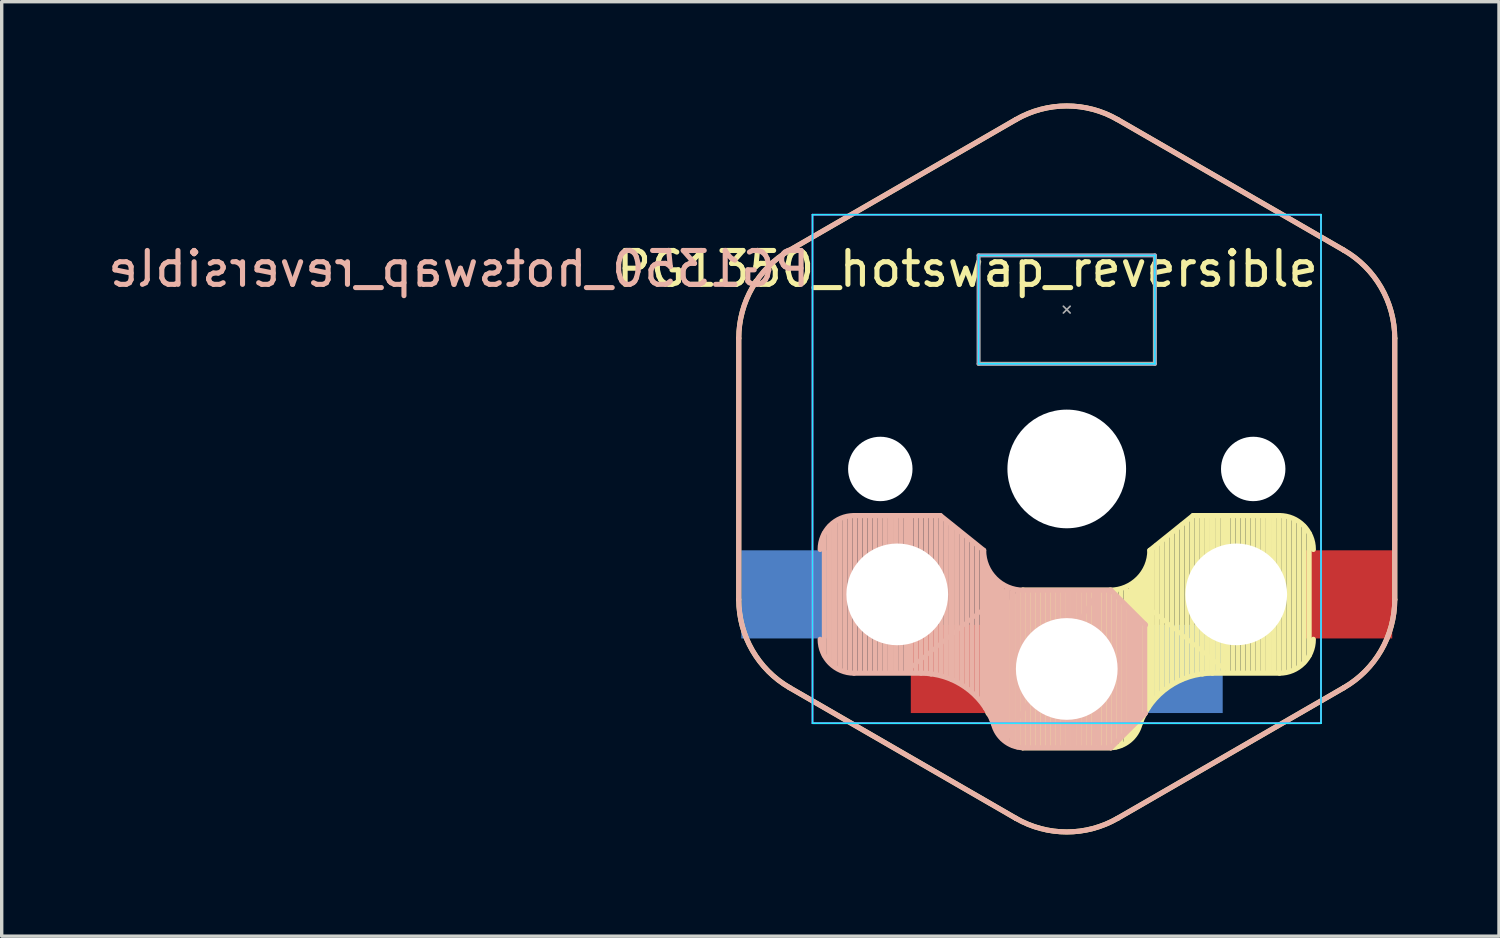
<source format=kicad_pcb>
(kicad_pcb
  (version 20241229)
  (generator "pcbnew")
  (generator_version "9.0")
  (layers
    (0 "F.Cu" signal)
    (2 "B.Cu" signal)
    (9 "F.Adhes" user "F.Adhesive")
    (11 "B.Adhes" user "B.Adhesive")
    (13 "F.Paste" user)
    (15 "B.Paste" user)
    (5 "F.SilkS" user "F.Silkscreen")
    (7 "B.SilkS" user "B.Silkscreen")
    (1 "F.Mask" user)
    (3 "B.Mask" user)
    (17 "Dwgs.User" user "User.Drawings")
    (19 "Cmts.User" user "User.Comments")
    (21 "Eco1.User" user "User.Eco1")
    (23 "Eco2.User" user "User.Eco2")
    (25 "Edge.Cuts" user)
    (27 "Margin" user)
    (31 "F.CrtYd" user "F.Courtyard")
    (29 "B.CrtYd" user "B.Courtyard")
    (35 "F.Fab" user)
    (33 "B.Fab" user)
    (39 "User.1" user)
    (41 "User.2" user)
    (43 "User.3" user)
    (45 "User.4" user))
  (footprint "PG1350_hotswap_reversible"
    (layer "F.Cu")
    (at 28.417 10.783)
    (property "Reference" "PG1350_hotswap_reversible" (at 7.5 -5.9 0) (unlocked yes) (layer "F.SilkS") (effects (font (size 1 1) (thickness 0.15)) (justify right)))
    (attr smd)
    (fp_line (start -9.675 -3.854) (end -9.675 3.854) (stroke (width 0.15) (type solid)) (layer "F.SilkS"))
    (fp_line (start -8.175 6.452) (end -1.5 10.306) (stroke (width 0.15) (type solid)) (layer "F.SilkS"))
    (fp_line (start -2.3 4.575) (end -2.3 7.225) (stroke (width 0.15) (type solid)) (layer "F.SilkS"))
    (fp_line (start -2.15 7.35) (end -2.15 4.45) (stroke (width 0.15) (type solid)) (layer "F.SilkS"))
    (fp_line (start -2.05 7.45) (end -2.05 4.35) (stroke (width 0.15) (type solid)) (layer "F.SilkS"))
    (fp_line (start -1.95 7.55) (end -1.95 4.25) (stroke (width 0.15) (type solid)) (layer "F.SilkS"))
    (fp_line (start -1.85 7.65) (end -1.85 4.15) (stroke (width 0.15) (type solid)) (layer "F.SilkS"))
    (fp_line (start -1.7 7.8) (end -1.7 4) (stroke (width 0.15) (type solid)) (layer "F.SilkS"))
    (fp_line (start -1.55 7.95) (end -1.55 3.85) (stroke (width 0.15) (type solid)) (layer "F.SilkS"))
    (fp_line (start -1.5 -10.306) (end -8.175 -6.452) (stroke (width 0.15) (type solid)) (layer "F.SilkS"))
    (fp_line (start -1.4 8.1) (end -1.4 3.7) (stroke (width 0.15) (type solid)) (layer "F.SilkS"))
    (fp_line (start -1.3 3.575) (end -2.325 4.6) (stroke (width 0.15) (type solid)) (layer "F.SilkS"))
    (fp_line (start -1.3 3.575) (end 1.275 3.575) (stroke (width 0.15) (type solid)) (layer "F.SilkS"))
    (fp_line (start -1.3 8.225) (end -2.325 7.2) (stroke (width 0.15) (type solid)) (layer "F.SilkS"))
    (fp_line (start -1.3 8.225) (end 1.3 8.225) (stroke (width 0.15) (type solid)) (layer "F.SilkS"))
    (fp_line (start -1.25 8.2) (end -1.25 3.6) (stroke (width 0.15) (type solid)) (layer "F.SilkS"))
    (fp_line (start -1.1 8.2) (end -1.1 3.6) (stroke (width 0.15) (type solid)) (layer "F.SilkS"))
    (fp_line (start -0.95 8.2) (end -0.95 3.6) (stroke (width 0.15) (type solid)) (layer "F.SilkS"))
    (fp_line (start -0.9 3.65) (end 1.8 7.95) (stroke (width 0.12) (type solid)) (layer "F.SilkS"))
    (fp_line (start -0.9 8.1) (end -0.9 3.65) (stroke (width 0.12) (type solid)) (layer "F.SilkS"))
    (fp_line (start -0.8 8.2) (end -0.8 3.6) (stroke (width 0.15) (type solid)) (layer "F.SilkS"))
    (fp_line (start -0.65 8.2) (end -0.65 3.6) (stroke (width 0.15) (type solid)) (layer "F.SilkS"))
    (fp_line (start -0.5 8.2) (end -0.5 3.6) (stroke (width 0.15) (type solid)) (layer "F.SilkS"))
    (fp_line (start -0.35 8.2) (end -0.35 3.6) (stroke (width 0.15) (type solid)) (layer "F.SilkS"))
    (fp_line (start -0.2 8.2) (end -0.2 3.6) (stroke (width 0.15) (type solid)) (layer "F.SilkS"))
    (fp_line (start -0.05 8.2) (end -0.05 3.6) (stroke (width 0.15) (type solid)) (layer "F.SilkS"))
    (fp_line (start 0.1 8.2) (end 0.1 3.6) (stroke (width 0.15) (type solid)) (layer "F.SilkS"))
    (fp_line (start 0.25 8.2) (end 0.25 3.6) (stroke (width 0.15) (type solid)) (layer "F.SilkS"))
    (fp_line (start 0.4 8.2) (end 0.4 3.6) (stroke (width 0.15) (type solid)) (layer "F.SilkS"))
    (fp_line (start 0.55 8.2) (end 0.55 3.6) (stroke (width 0.15) (type solid)) (layer "F.SilkS"))
    (fp_line (start 0.7 8.2) (end 0.7 3.6) (stroke (width 0.15) (type solid)) (layer "F.SilkS"))
    (fp_line (start 0.85 8.2) (end 0.85 3.6) (stroke (width 0.15) (type solid)) (layer "F.SilkS"))
    (fp_line (start 1 8.2) (end 1 3.6) (stroke (width 0.15) (type solid)) (layer "F.SilkS"))
    (fp_line (start 1.15 8.2) (end 1.15 3.65) (stroke (width 0.15) (type solid)) (layer "F.SilkS"))
    (fp_line (start 1.3 8.2) (end 1.3 3.6) (stroke (width 0.15) (type solid)) (layer "F.SilkS"))
    (fp_line (start 1.45 8.2) (end 1.45 3.6) (stroke (width 0.15) (type solid)) (layer "F.SilkS"))
    (fp_line (start 1.5 10.306) (end 8.175 6.452) (stroke (width 0.15) (type solid)) (layer "F.SilkS"))
    (fp_line (start 1.6 8.15) (end 1.6 3.6) (stroke (width 0.15) (type solid)) (layer "F.SilkS"))
    (fp_line (start 1.75 8.05) (end 1.75 3.5) (stroke (width 0.15) (type solid)) (layer "F.SilkS"))
    (fp_line (start 1.8 3.6) (end 4.65 5.9) (stroke (width 0.12) (type solid)) (layer "F.SilkS"))
    (fp_line (start 1.8 7.95) (end 1.8 3.6) (stroke (width 0.12) (type solid)) (layer "F.SilkS"))
    (fp_line (start 1.9 7.95) (end 1.9 3.45) (stroke (width 0.15) (type solid)) (layer "F.SilkS"))
    (fp_line (start 2 7.8) (end 2 3.4) (stroke (width 0.15) (type solid)) (layer "F.SilkS"))
    (fp_line (start 2.1 7.55) (end 2.1 3.35) (stroke (width 0.15) (type solid)) (layer "F.SilkS"))
    (fp_line (start 2.2 7.4) (end 2.2 3.25) (stroke (width 0.15) (type solid)) (layer "F.SilkS"))
    (fp_line (start 2.3 7.2) (end 2.3 3.05) (stroke (width 0.15) (type solid)) (layer "F.SilkS"))
    (fp_line (start 2.4 7.05) (end 2.4 2.9) (stroke (width 0.15) (type solid)) (layer "F.SilkS"))
    (fp_line (start 2.5 6.85) (end 2.5 2.4) (stroke (width 0.15) (type solid)) (layer "F.SilkS"))
    (fp_line (start 2.65 6.7) (end 2.65 2.25) (stroke (width 0.15) (type solid)) (layer "F.SilkS"))
    (fp_line (start 2.8 6.55) (end 2.8 2.15) (stroke (width 0.15) (type solid)) (layer "F.SilkS"))
    (fp_line (start 2.95 6.45) (end 2.95 2.05) (stroke (width 0.15) (type solid)) (layer "F.SilkS"))
    (fp_line (start 3.1 6.35) (end 3.1 1.9) (stroke (width 0.15) (type solid)) (layer "F.SilkS"))
    (fp_line (start 3.25 6.25) (end 3.25 1.8) (stroke (width 0.15) (type solid)) (layer "F.SilkS"))
    (fp_line (start 3.4 6.2) (end 3.4 1.65) (stroke (width 0.15) (type solid)) (layer "F.SilkS"))
    (fp_line (start 3.55 6.1) (end 3.55 1.55) (stroke (width 0.15) (type solid)) (layer "F.SilkS"))
    (fp_line (start 3.7 6.05) (end 3.7 1.45) (stroke (width 0.15) (type solid)) (layer "F.SilkS"))
    (fp_line (start 3.725 1.375) (end 2.45 2.4) (stroke (width 0.15) (type solid)) (layer "F.SilkS"))
    (fp_line (start 3.725 1.375) (end 6.275 1.375) (stroke (width 0.15) (type solid)) (layer "F.SilkS"))
    (fp_line (start 3.85 6.05) (end 3.85 1.4) (stroke (width 0.15) (type solid)) (layer "F.SilkS"))
    (fp_line (start 4 6.05) (end 4 1.4) (stroke (width 0.15) (type solid)) (layer "F.SilkS"))
    (fp_line (start 4.15 6) (end 4.15 1.45) (stroke (width 0.15) (type solid)) (layer "F.SilkS"))
    (fp_line (start 4.3 6) (end 4.3 1.4) (stroke (width 0.15) (type solid)) (layer "F.SilkS"))
    (fp_line (start 4.3 6.025) (end 6.275 6.025) (stroke (width 0.15) (type solid)) (layer "F.SilkS"))
    (fp_line (start 4.45 6) (end 4.45 1.4) (stroke (width 0.15) (type solid)) (layer "F.SilkS"))
    (fp_line (start 4.6 6) (end 4.6 1.4) (stroke (width 0.15) (type solid)) (layer "F.SilkS"))
    (fp_line (start 4.65 5.9) (end 4.65 1.4) (stroke (width 0.12) (type solid)) (layer "F.SilkS"))
    (fp_line (start 4.75 6) (end 4.75 1.4) (stroke (width 0.15) (type solid)) (layer "F.SilkS"))
    (fp_line (start 4.9 6) (end 4.9 1.4) (stroke (width 0.15) (type solid)) (layer "F.SilkS"))
    (fp_line (start 5.05 6) (end 5.05 1.4) (stroke (width 0.15) (type solid)) (layer "F.SilkS"))
    (fp_line (start 5.2 6) (end 5.2 1.4) (stroke (width 0.15) (type solid)) (layer "F.SilkS"))
    (fp_line (start 5.35 6) (end 5.35 1.4) (stroke (width 0.15) (type solid)) (layer "F.SilkS"))
    (fp_line (start 5.5 6) (end 5.5 1.4) (stroke (width 0.15) (type solid)) (layer "F.SilkS"))
    (fp_line (start 5.65 6) (end 5.65 1.4) (stroke (width 0.15) (type solid)) (layer "F.SilkS"))
    (fp_line (start 5.8 6) (end 5.8 1.4) (stroke (width 0.15) (type solid)) (layer "F.SilkS"))
    (fp_line (start 5.95 6) (end 5.95 1.4) (stroke (width 0.15) (type solid)) (layer "F.SilkS"))
    (fp_line (start 6.1 6) (end 6.1 1.4) (stroke (width 0.15) (type solid)) (layer "F.SilkS"))
    (fp_line (start 6.25 6) (end 6.25 1.4) (stroke (width 0.15) (type solid)) (layer "F.SilkS"))
    (fp_line (start 6.4 6) (end 6.4 1.45) (stroke (width 0.15) (type solid)) (layer "F.SilkS"))
    (fp_line (start 6.55 5.95) (end 6.55 1.45) (stroke (width 0.15) (type solid)) (layer "F.SilkS"))
    (fp_line (start 6.7 5.9) (end 6.7 1.5) (stroke (width 0.15) (type solid)) (layer "F.SilkS"))
    (fp_line (start 6.85 5.8) (end 6.85 1.6) (stroke (width 0.15) (type solid)) (layer "F.SilkS"))
    (fp_line (start 7 5.7) (end 7 1.7) (stroke (width 0.15) (type solid)) (layer "F.SilkS"))
    (fp_line (start 7.15 5.5) (end 7.15 1.9) (stroke (width 0.15) (type solid)) (layer "F.SilkS"))
    (fp_line (start 8.175 -6.452) (end 1.5 -10.306) (stroke (width 0.15) (type solid)) (layer "F.SilkS"))
    (fp_line (start 9.675 3.854) (end 9.675 -3.854) (stroke (width 0.15) (type solid)) (layer "F.SilkS"))
    (fp_arc (start -9.674999 -3.853813) (mid -9.273075 -5.353813) (end -8.174999 -6.451889) (stroke (width 0.15) (type solid)) (layer "F.SilkS"))
    (fp_arc (start -8.175 6.451889) (mid -9.273076 5.353813) (end -9.675 3.853813) (stroke (width 0.15) (type solid)) (layer "F.SilkS"))
    (fp_arc (start -1.5 -10.305701) (mid -0.000001 -10.707625) (end 1.499999 -10.305702) (stroke (width 0.15) (type solid)) (layer "F.SilkS"))
    (fp_arc (start 1.5 10.305701) (mid 0.000001 10.707625) (end -1.499999 10.305702) (stroke (width 0.15) (type solid)) (layer "F.SilkS"))
    (fp_arc (start 2.162199 7.521904) (mid 1.848285 8.016022) (end 1.300995 8.223791) (stroke (width 0.15) (type solid)) (layer "F.SilkS"))
    (fp_arc (start 2.162199 7.521904) (mid 2.995114 6.436429) (end 4.3 6.025) (stroke (width 0.15) (type solid)) (layer "F.SilkS"))
    (fp_arc (start 2.45 2.4) (mid 2.10585 3.23085) (end 1.275 3.575) (stroke (width 0.15) (type solid)) (layer "F.SilkS"))
    (fp_arc (start 6.275 1.375) (mid 6.982107 1.667893) (end 7.275 2.375) (stroke (width 0.15) (type solid)) (layer "F.SilkS"))
    (fp_arc (start 7.275 5.025) (mid 6.982107 5.732107) (end 6.275 6.025) (stroke (width 0.15) (type solid)) (layer "F.SilkS"))
    (fp_arc (start 8.175 -6.451889) (mid 9.27308 -5.353815) (end 9.675 -3.853813) (stroke (width 0.15) (type solid)) (layer "F.SilkS"))
    (fp_arc (start 9.675 3.853813) (mid 9.273075 5.353812) (end 8.175 6.451889) (stroke (width 0.15) (type solid)) (layer "F.SilkS"))
    (fp_line (start -9.675 3.854) (end -9.675 -3.854) (stroke (width 0.15) (type solid)) (layer "B.SilkS"))
    (fp_line (start -8.175 -6.452) (end -1.5 -10.306) (stroke (width 0.15) (type solid)) (layer "B.SilkS"))
    (fp_line (start -7.15 5.5) (end -7.15 1.9) (stroke (width 0.15) (type solid)) (layer "B.SilkS"))
    (fp_line (start -7 5.7) (end -7 1.7) (stroke (width 0.15) (type solid)) (layer "B.SilkS"))
    (fp_line (start -6.85 5.8) (end -6.85 1.6) (stroke (width 0.15) (type solid)) (layer "B.SilkS"))
    (fp_line (start -6.7 5.9) (end -6.7 1.5) (stroke (width 0.15) (type solid)) (layer "B.SilkS"))
    (fp_line (start -6.55 5.95) (end -6.55 1.45) (stroke (width 0.15) (type solid)) (layer "B.SilkS"))
    (fp_line (start -6.4 6) (end -6.4 1.45) (stroke (width 0.15) (type solid)) (layer "B.SilkS"))
    (fp_line (start -6.25 6) (end -6.25 1.4) (stroke (width 0.15) (type solid)) (layer "B.SilkS"))
    (fp_line (start -6.1 6) (end -6.1 1.4) (stroke (width 0.15) (type solid)) (layer "B.SilkS"))
    (fp_line (start -5.95 6) (end -5.95 1.4) (stroke (width 0.15) (type solid)) (layer "B.SilkS"))
    (fp_line (start -5.8 6) (end -5.8 1.4) (stroke (width 0.15) (type solid)) (layer "B.SilkS"))
    (fp_line (start -5.65 6) (end -5.65 1.4) (stroke (width 0.15) (type solid)) (layer "B.SilkS"))
    (fp_line (start -5.5 6) (end -5.5 1.4) (stroke (width 0.15) (type solid)) (layer "B.SilkS"))
    (fp_line (start -5.35 6) (end -5.35 1.4) (stroke (width 0.15) (type solid)) (layer "B.SilkS"))
    (fp_line (start -5.2 6) (end -5.2 1.4) (stroke (width 0.15) (type solid)) (layer "B.SilkS"))
    (fp_line (start -5.05 6) (end -5.05 1.4) (stroke (width 0.15) (type solid)) (layer "B.SilkS"))
    (fp_line (start -4.9 6) (end -4.9 1.4) (stroke (width 0.15) (type solid)) (layer "B.SilkS"))
    (fp_line (start -4.75 6) (end -4.75 1.4) (stroke (width 0.15) (type solid)) (layer "B.SilkS"))
    (fp_line (start -4.65 5.9) (end -4.65 1.4) (stroke (width 0.12) (type solid)) (layer "B.SilkS"))
    (fp_line (start -4.6 6) (end -4.6 1.4) (stroke (width 0.15) (type solid)) (layer "B.SilkS"))
    (fp_line (start -4.45 6) (end -4.45 1.4) (stroke (width 0.15) (type solid)) (layer "B.SilkS"))
    (fp_line (start -4.3 6) (end -4.3 1.4) (stroke (width 0.15) (type solid)) (layer "B.SilkS"))
    (fp_line (start -4.3 6.025) (end -6.275 6.025) (stroke (width 0.15) (type solid)) (layer "B.SilkS"))
    (fp_line (start -4.15 6) (end -4.15 1.45) (stroke (width 0.15) (type solid)) (layer "B.SilkS"))
    (fp_line (start -4 6.05) (end -4 1.4) (stroke (width 0.15) (type solid)) (layer "B.SilkS"))
    (fp_line (start -3.85 6.05) (end -3.85 1.4) (stroke (width 0.15) (type solid)) (layer "B.SilkS"))
    (fp_line (start -3.725 1.375) (end -6.275 1.375) (stroke (width 0.15) (type solid)) (layer "B.SilkS"))
    (fp_line (start -3.725 1.375) (end -2.45 2.4) (stroke (width 0.15) (type solid)) (layer "B.SilkS"))
    (fp_line (start -3.7 6.05) (end -3.7 1.45) (stroke (width 0.15) (type solid)) (layer "B.SilkS"))
    (fp_line (start -3.55 6.1) (end -3.55 1.55) (stroke (width 0.15) (type solid)) (layer "B.SilkS"))
    (fp_line (start -3.4 6.2) (end -3.4 1.65) (stroke (width 0.15) (type solid)) (layer "B.SilkS"))
    (fp_line (start -3.25 6.25) (end -3.25 1.8) (stroke (width 0.15) (type solid)) (layer "B.SilkS"))
    (fp_line (start -3.1 6.35) (end -3.1 1.9) (stroke (width 0.15) (type solid)) (layer "B.SilkS"))
    (fp_line (start -2.95 6.45) (end -2.95 2.05) (stroke (width 0.15) (type solid)) (layer "B.SilkS"))
    (fp_line (start -2.8 6.55) (end -2.8 2.15) (stroke (width 0.15) (type solid)) (layer "B.SilkS"))
    (fp_line (start -2.65 6.7) (end -2.65 2.25) (stroke (width 0.15) (type solid)) (layer "B.SilkS"))
    (fp_line (start -2.5 6.85) (end -2.5 2.4) (stroke (width 0.15) (type solid)) (layer "B.SilkS"))
    (fp_line (start -2.4 7.05) (end -2.4 2.9) (stroke (width 0.15) (type solid)) (layer "B.SilkS"))
    (fp_line (start -2.3 7.2) (end -2.3 3.05) (stroke (width 0.15) (type solid)) (layer "B.SilkS"))
    (fp_line (start -2.2 7.4) (end -2.2 3.25) (stroke (width 0.15) (type solid)) (layer "B.SilkS"))
    (fp_line (start -2.1 7.55) (end -2.1 3.35) (stroke (width 0.15) (type solid)) (layer "B.SilkS"))
    (fp_line (start -2 7.8) (end -2 3.4) (stroke (width 0.15) (type solid)) (layer "B.SilkS"))
    (fp_line (start -1.9 7.95) (end -1.9 3.45) (stroke (width 0.15) (type solid)) (layer "B.SilkS"))
    (fp_line (start -1.8 3.6) (end -4.65 5.9) (stroke (width 0.12) (type solid)) (layer "B.SilkS"))
    (fp_line (start -1.8 7.95) (end -1.8 3.6) (stroke (width 0.12) (type solid)) (layer "B.SilkS"))
    (fp_line (start -1.75 8.05) (end -1.75 3.5) (stroke (width 0.15) (type solid)) (layer "B.SilkS"))
    (fp_line (start -1.6 8.15) (end -1.6 3.6) (stroke (width 0.15) (type solid)) (layer "B.SilkS"))
    (fp_line (start -1.5 10.306) (end -8.175 6.452) (stroke (width 0.15) (type solid)) (layer "B.SilkS"))
    (fp_line (start -1.45 8.2) (end -1.45 3.6) (stroke (width 0.15) (type solid)) (layer "B.SilkS"))
    (fp_line (start -1.3 8.2) (end -1.3 3.6) (stroke (width 0.15) (type solid)) (layer "B.SilkS"))
    (fp_line (start -1.15 8.2) (end -1.15 3.65) (stroke (width 0.15) (type solid)) (layer "B.SilkS"))
    (fp_line (start -1 8.2) (end -1 3.6) (stroke (width 0.15) (type solid)) (layer "B.SilkS"))
    (fp_line (start -0.85 8.2) (end -0.85 3.6) (stroke (width 0.15) (type solid)) (layer "B.SilkS"))
    (fp_line (start -0.7 8.2) (end -0.7 3.6) (stroke (width 0.15) (type solid)) (layer "B.SilkS"))
    (fp_line (start -0.55 8.2) (end -0.55 3.6) (stroke (width 0.15) (type solid)) (layer "B.SilkS"))
    (fp_line (start -0.4 8.2) (end -0.4 3.6) (stroke (width 0.15) (type solid)) (layer "B.SilkS"))
    (fp_line (start -0.25 8.2) (end -0.25 3.6) (stroke (width 0.15) (type solid)) (layer "B.SilkS"))
    (fp_line (start -0.1 8.2) (end -0.1 3.6) (stroke (width 0.15) (type solid)) (layer "B.SilkS"))
    (fp_line (start 0.05 8.2) (end 0.05 3.6) (stroke (width 0.15) (type solid)) (layer "B.SilkS"))
    (fp_line (start 0.2 8.2) (end 0.2 3.6) (stroke (width 0.15) (type solid)) (layer "B.SilkS"))
    (fp_line (start 0.35 8.2) (end 0.35 3.6) (stroke (width 0.15) (type solid)) (layer "B.SilkS"))
    (fp_line (start 0.5 8.2) (end 0.5 3.6) (stroke (width 0.15) (type solid)) (layer "B.SilkS"))
    (fp_line (start 0.65 8.2) (end 0.65 3.6) (stroke (width 0.15) (type solid)) (layer "B.SilkS"))
    (fp_line (start 0.8 8.2) (end 0.8 3.6) (stroke (width 0.15) (type solid)) (layer "B.SilkS"))
    (fp_line (start 0.9 3.65) (end -1.8 7.95) (stroke (width 0.12) (type solid)) (layer "B.SilkS"))
    (fp_line (start 0.9 8.1) (end 0.9 3.65) (stroke (width 0.12) (type solid)) (layer "B.SilkS"))
    (fp_line (start 0.95 8.2) (end 0.95 3.6) (stroke (width 0.15) (type solid)) (layer "B.SilkS"))
    (fp_line (start 1.1 8.2) (end 1.1 3.6) (stroke (width 0.15) (type solid)) (layer "B.SilkS"))
    (fp_line (start 1.25 8.2) (end 1.25 3.6) (stroke (width 0.15) (type solid)) (layer "B.SilkS"))
    (fp_line (start 1.3 3.575) (end -1.275 3.575) (stroke (width 0.15) (type solid)) (layer "B.SilkS"))
    (fp_line (start 1.3 3.575) (end 2.325 4.6) (stroke (width 0.15) (type solid)) (layer "B.SilkS"))
    (fp_line (start 1.3 8.225) (end -1.3 8.225) (stroke (width 0.15) (type solid)) (layer "B.SilkS"))
    (fp_line (start 1.3 8.225) (end 2.325 7.2) (stroke (width 0.15) (type solid)) (layer "B.SilkS"))
    (fp_line (start 1.4 8.1) (end 1.4 3.7) (stroke (width 0.15) (type solid)) (layer "B.SilkS"))
    (fp_line (start 1.5 -10.306) (end 8.175 -6.452) (stroke (width 0.15) (type solid)) (layer "B.SilkS"))
    (fp_line (start 1.55 7.95) (end 1.55 3.85) (stroke (width 0.15) (type solid)) (layer "B.SilkS"))
    (fp_line (start 1.7 7.8) (end 1.7 4) (stroke (width 0.15) (type solid)) (layer "B.SilkS"))
    (fp_line (start 1.85 7.65) (end 1.85 4.15) (stroke (width 0.15) (type solid)) (layer "B.SilkS"))
    (fp_line (start 1.95 7.55) (end 1.95 4.25) (stroke (width 0.15) (type solid)) (layer "B.SilkS"))
    (fp_line (start 2.05 7.45) (end 2.05 4.35) (stroke (width 0.15) (type solid)) (layer "B.SilkS"))
    (fp_line (start 2.15 7.35) (end 2.15 4.45) (stroke (width 0.15) (type solid)) (layer "B.SilkS"))
    (fp_line (start 2.3 4.575) (end 2.3 7.225) (stroke (width 0.15) (type solid)) (layer "B.SilkS"))
    (fp_line (start 8.175 6.452) (end 1.5 10.306) (stroke (width 0.15) (type solid)) (layer "B.SilkS"))
    (fp_line (start 9.675 -3.854) (end 9.675 3.854) (stroke (width 0.15) (type solid)) (layer "B.SilkS"))
    (fp_arc (start -9.675 -3.853813) (mid -9.273081 -5.353816) (end -8.175 -6.451889) (stroke (width 0.15) (type solid)) (layer "B.SilkS"))
    (fp_arc (start -8.175 6.451889) (mid -9.273078 5.353814) (end -9.675 3.853813) (stroke (width 0.15) (type solid)) (layer "B.SilkS"))
    (fp_arc (start -7.275 2.375) (mid -6.982107 1.667893) (end -6.275 1.375) (stroke (width 0.15) (type solid)) (layer "B.SilkS"))
    (fp_arc (start -6.275 6.025) (mid -6.982107 5.732107) (end -7.275 5.025) (stroke (width 0.15) (type solid)) (layer "B.SilkS"))
    (fp_arc (start -4.3 6.025) (mid -2.995114 6.436429) (end -2.162199 7.521904) (stroke (width 0.15) (type solid)) (layer "B.SilkS"))
    (fp_arc (start -1.499999 -10.305702) (mid 0.000001 -10.707625) (end 1.5 -10.305701) (stroke (width 0.15) (type solid)) (layer "B.SilkS"))
    (fp_arc (start -1.300995 8.223791) (mid -1.848285 8.016022) (end -2.162199 7.521904) (stroke (width 0.15) (type solid)) (layer "B.SilkS"))
    (fp_arc (start -1.275 3.575) (mid -2.10585 3.23085) (end -2.45 2.4) (stroke (width 0.15) (type solid)) (layer "B.SilkS"))
    (fp_arc (start 1.499999 10.305702) (mid -0.000001 10.707626) (end -1.5 10.305701) (stroke (width 0.15) (type solid)) (layer "B.SilkS"))
    (fp_arc (start 8.174999 -6.451889) (mid 9.273075 -5.353813) (end 9.674999 -3.853813) (stroke (width 0.15) (type solid)) (layer "B.SilkS"))
    (fp_arc (start 9.675 3.853813) (mid 9.273076 5.353813) (end 8.175 6.451889) (stroke (width 0.15) (type solid)) (layer "B.SilkS"))
    (fp_line (start -7.5 -7.5) (end -7.5 7.5) (stroke (width 0.05) (type solid)) (layer "B.CrtYd"))
    (fp_line (start -7.5 7.5) (end 7.5 7.5) (stroke (width 0.05) (type solid)) (layer "B.CrtYd"))
    (fp_line (start -2.6 -6.3) (end -2.6 -3.1) (stroke (width 0.05) (type solid)) (layer "B.CrtYd"))
    (fp_line (start -2.6 -6.3) (end 2.6 -6.3) (stroke (width 0.05) (type solid)) (layer "B.CrtYd"))
    (fp_line (start -2.6 -3.1) (end 2.6 -3.1) (stroke (width 0.05) (type solid)) (layer "B.CrtYd"))
    (fp_line (start 2.6 -3.1) (end 2.6 -6.3) (stroke (width 0.05) (type solid)) (layer "B.CrtYd"))
    (fp_line (start 7.5 -7.5) (end -7.5 -7.5) (stroke (width 0.05) (type solid)) (layer "B.CrtYd"))
    (fp_line (start 7.5 7.5) (end 7.5 -7.5) (stroke (width 0.05) (type solid)) (layer "B.CrtYd"))
    (fp_line (start -7.5 -7.5) (end 7.5 -7.5) (stroke (width 0.05) (type solid)) (layer "F.CrtYd"))
    (fp_line (start -7.5 7.5) (end -7.5 -7.5) (stroke (width 0.05) (type solid)) (layer "F.CrtYd"))
    (fp_line (start -2.6 -3.1) (end -2.6 -6.3) (stroke (width 0.05) (type solid)) (layer "F.CrtYd"))
    (fp_line (start 2.6 -6.3) (end -2.6 -6.3) (stroke (width 0.05) (type solid)) (layer "F.CrtYd"))
    (fp_line (start 2.6 -6.3) (end 2.6 -3.1) (stroke (width 0.05) (type solid)) (layer "F.CrtYd"))
    (fp_line (start 2.6 -3.1) (end -2.6 -3.1) (stroke (width 0.05) (type solid)) (layer "F.CrtYd"))
    (fp_line (start 7.5 -7.5) (end 7.5 7.5) (stroke (width 0.05) (type solid)) (layer "F.CrtYd"))
    (fp_line (start 7.5 7.5) (end -7.5 7.5) (stroke (width 0.05) (type solid)) (layer "F.CrtYd"))
    (fp_line (start -2.6 -6.3) (end 2.6 -6.3) (stroke (width 0.12) (type solid)) (layer "F.Fab"))
    (fp_line (start -2.6 -3.1) (end -2.6 -6.3) (stroke (width 0.12) (type solid)) (layer "F.Fab"))
    (fp_line (start -0.1 -4.8) (end 0.1 -4.6) (stroke (width 0.05) (type solid)) (layer "F.Fab"))
    (fp_line (start 0.1 -4.8) (end -0.1 -4.6) (stroke (width 0.05) (type solid)) (layer "F.Fab"))
    (fp_line (start 2.6 -6.3) (end 2.6 -3.1) (stroke (width 0.12) (type solid)) (layer "F.Fab"))
    (fp_line (start 2.6 -3.1) (end -2.6 -3.1) (stroke (width 0.12) (type solid)) (layer "F.Fab"))
    (fp_text user "${REFERENCE}" (at -7.5 -5.9 180) (layer "B.SilkS") (effects (font (size 1 1) (thickness 0.15)) (justify left mirror)))
    (pad "" np_thru_hole circle (at -5.5 0 90) (size 1.9 1.9) (drill 1.9) (layers "*.Cu"))
    (pad "" np_thru_hole circle (at -5 3.7 90) (size 3 3) (drill 3) (layers "*.Cu" "*.Mask"))
    (pad "" np_thru_hole circle (at 0 0 90) (size 3.5 3.5) (drill 3.5) (layers "*.Cu"))
    (pad "" np_thru_hole circle (at 0 5.9 90) (size 3 3) (drill 3) (layers "*.Cu" "*.Mask"))
    (pad "" np_thru_hole circle (at 5 3.7 90) (size 3 3) (drill 3) (layers "*.Cu" "*.Mask"))
    (pad "" np_thru_hole circle (at 5.5 0 90) (size 1.9 1.9) (drill 1.9) (layers "*.Cu"))
    (pad "1" smd rect (at -8.3 3.7 180) (size 2.6 2.6) (layers "B.Cu" "B.Mask" "B.Paste"))
    (pad "1" smd rect (at 8.3 3.7 180) (size 2.6 2.6) (layers "F.Cu" "F.Mask" "F.Paste"))
    (pad "2" smd rect (at -3.3 5.9 180) (size 2.6 2.6) (layers "F.Cu" "F.Mask" "F.Paste"))
    (pad "2" smd rect (at 3.3 5.9 180) (size 2.6 2.6) (layers "B.Cu" "B.Mask" "B.Paste")))
  (gr_rect
    (start -3 -3)
    (end 41.167 24.565)
    (stroke (width 0.1) (type default))
    (fill no)
    (layer "Edge.Cuts")))
</source>
